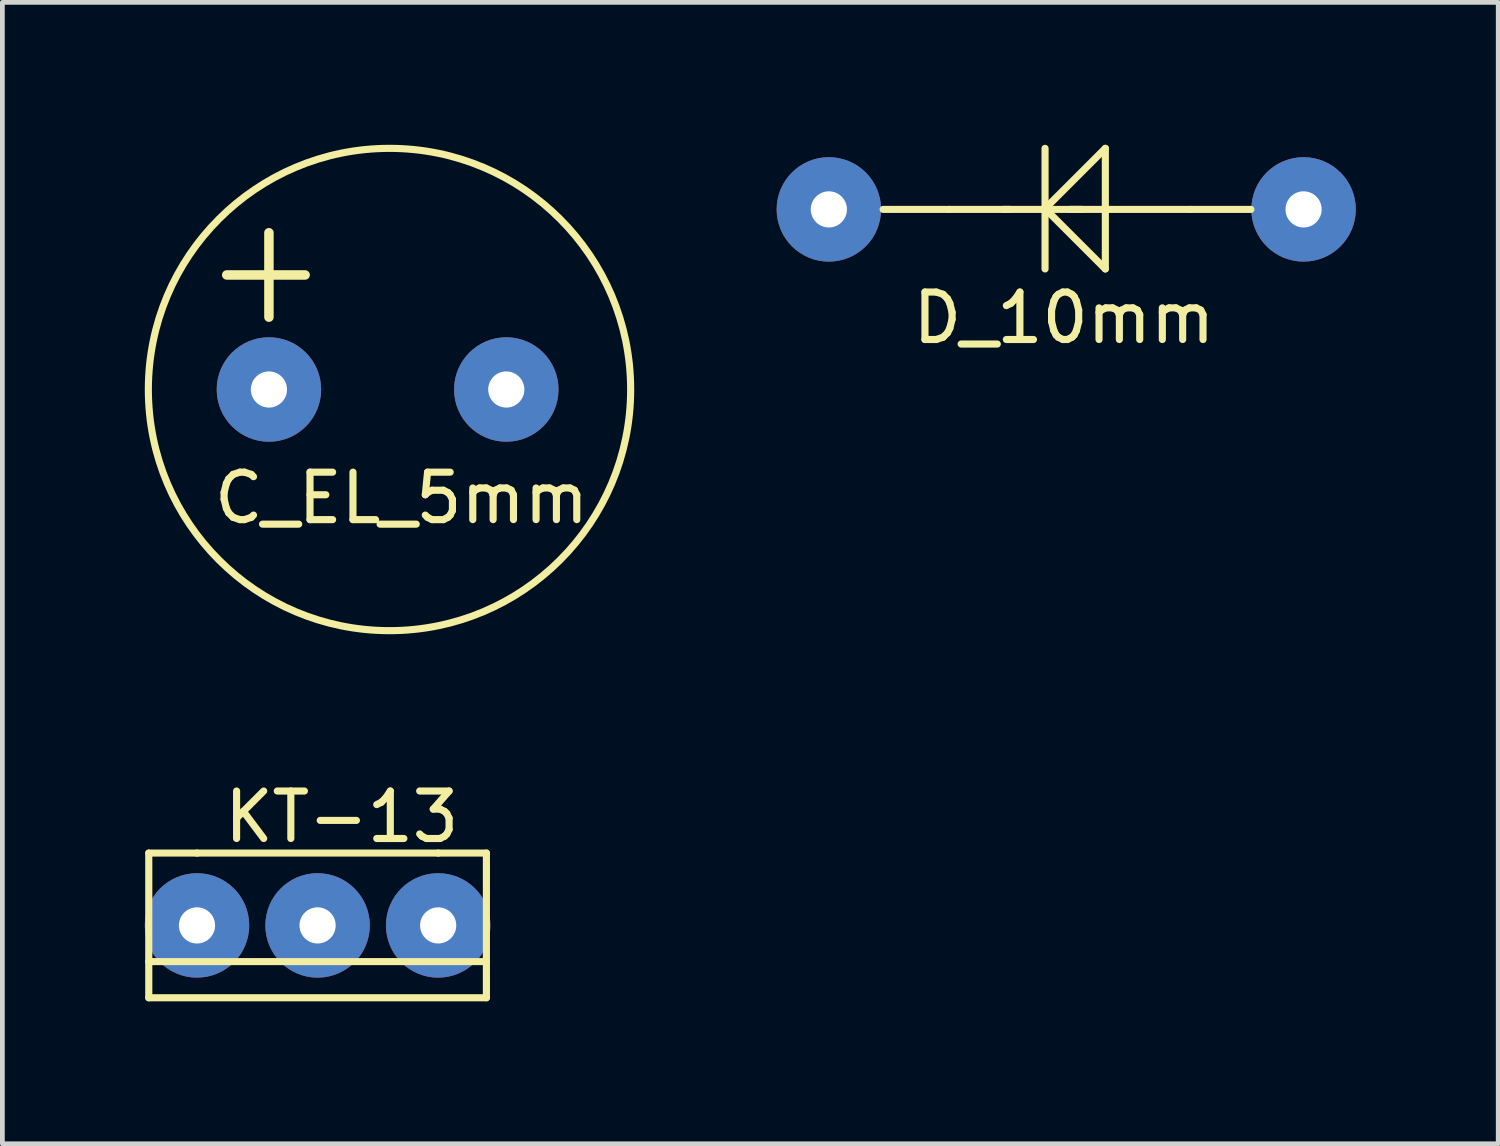
<source format=kicad_pcb>
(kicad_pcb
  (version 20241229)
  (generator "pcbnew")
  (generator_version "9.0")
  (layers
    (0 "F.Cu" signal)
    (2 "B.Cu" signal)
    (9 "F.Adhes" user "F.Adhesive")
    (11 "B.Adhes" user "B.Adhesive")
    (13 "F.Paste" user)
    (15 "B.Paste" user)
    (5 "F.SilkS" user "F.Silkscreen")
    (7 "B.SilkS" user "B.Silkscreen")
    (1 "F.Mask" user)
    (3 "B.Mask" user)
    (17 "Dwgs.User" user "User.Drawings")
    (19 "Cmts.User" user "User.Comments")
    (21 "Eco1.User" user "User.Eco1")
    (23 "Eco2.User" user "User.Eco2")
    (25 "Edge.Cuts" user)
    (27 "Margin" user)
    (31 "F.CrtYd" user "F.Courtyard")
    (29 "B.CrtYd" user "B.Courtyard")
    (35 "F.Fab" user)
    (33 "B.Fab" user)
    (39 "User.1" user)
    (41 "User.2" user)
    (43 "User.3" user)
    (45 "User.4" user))
  (footprint "D_10mm"
    (layer "F.Cu")
    (at 14.41 1.361)
    (property "Reference" "D_10mm" (at 4.953 2.286 0) (layer "F.SilkS") (effects (font (size 1 1) (thickness 0.15))))
    (attr through_hole)
    (fp_line (start 1.143 0) (end 2.54 0) (stroke (width 0.15) (type solid)) (layer "F.SilkS"))
    (fp_line (start 3.81 0) (end 2.54 0) (stroke (width 0.15) (type solid)) (layer "F.SilkS"))
    (fp_line (start 4.554 -0.016) (end 5.824 -1.286) (stroke (width 0.15) (type solid)) (layer "F.SilkS"))
    (fp_line (start 4.554 -0.016) (end 5.824 1.254) (stroke (width 0.15) (type solid)) (layer "F.SilkS"))
    (fp_line (start 4.554 1.254) (end 4.554 -1.286) (stroke (width 0.15) (type solid)) (layer "F.SilkS"))
    (fp_line (start 5.08 0) (end 7.62 0) (stroke (width 0.15) (type solid)) (layer "F.SilkS"))
    (fp_line (start 5.334 0) (end 3.683 0) (stroke (width 0.15) (type solid)) (layer "F.SilkS"))
    (fp_line (start 5.824 -1.286) (end 5.824 1.254) (stroke (width 0.15) (type solid)) (layer "F.SilkS"))
    (fp_line (start 7.62 0) (end 8.89 0) (stroke (width 0.15) (type solid)) (layer "F.SilkS"))
    (pad "1" thru_hole circle (at 10 0) (size 2.2 2.2) (drill 0.762) (layers "*.Cu" "*.Mask"))
    (pad "2" thru_hole circle (at 0 0) (size 2.2 2.2) (drill 0.762) (layers "*.Cu" "*.Mask")))
  (footprint "C_EL_5mm"
    (layer "F.Cu")
    (at 2.615 5.155)
    (property "Reference" "C_EL_5mm" (at 2.794 2.286 0) (layer "F.SilkS") (effects (font (size 1 1) (thickness 0.15))))
    (attr through_hole)
    (fp_line (start 0 -1.524) (end 0 -3.302) (stroke (width 0.2) (type solid)) (layer "F.SilkS"))
    (fp_line (start 0.762 -2.413) (end -0.889 -2.413) (stroke (width 0.2) (type solid)) (layer "F.SilkS"))
    (fp_circle (center 2.54 0) (end 2.54 -5.08) (stroke (width 0.15) (type solid)) (fill no) (layer "F.SilkS"))
    (pad "1" thru_hole circle (at 5 0) (size 2.2 2.2) (drill 0.762) (layers "*.Cu" "*.Mask"))
    (pad "2" thru_hole circle (at 0 0) (size 2.2 2.2) (drill 0.762) (layers "*.Cu" "*.Mask")))
  (footprint "КТ-13"
    (layer "F.Cu")
    (at 1.1 16.444)
    (property "Reference" "КТ-13" (at 3.048 -2.286 0) (layer "F.SilkS") (effects (font (size 1 1) (thickness 0.15))))
    (attr through_hole)
    (fp_line (start -1.016 -1.524) (end -1.016 1.524) (stroke (width 0.15) (type solid)) (layer "F.SilkS"))
    (fp_line (start -1.016 1.524) (end 6.096 1.524) (stroke (width 0.15) (type solid)) (layer "F.SilkS"))
    (fp_line (start 0 -1.524) (end -1.016 -1.524) (stroke (width 0.15) (type solid)) (layer "F.SilkS"))
    (fp_line (start 0 -1.524) (end 5.08 -1.524) (stroke (width 0.15) (type solid)) (layer "F.SilkS"))
    (fp_line (start 5.08 -1.524) (end 6.096 -1.524) (stroke (width 0.15) (type solid)) (layer "F.SilkS"))
    (fp_line (start 6.096 0.762) (end -1.016 0.762) (stroke (width 0.15) (type solid)) (layer "F.SilkS"))
    (fp_line (start 6.096 1.524) (end 6.096 -1.524) (stroke (width 0.15) (type solid)) (layer "F.SilkS"))
    (pad "B" thru_hole circle (at 5.08 0) (size 2.2 2.2) (drill 0.762) (layers "*.Cu" "*.Mask"))
    (pad "E" thru_hole circle (at 0 0) (size 2.2 2.2) (drill 0.762) (layers "*.Cu" "*.Mask"))
    (pad "K" thru_hole circle (at 2.54 0) (size 2.2 2.2) (drill 0.762) (layers "*.Cu" "*.Mask")))
  (gr_rect
    (start -3 -3)
    (end 28.51 21.043)
    (stroke (width 0.1) (type default))
    (fill no)
    (layer "Edge.Cuts")))
</source>
